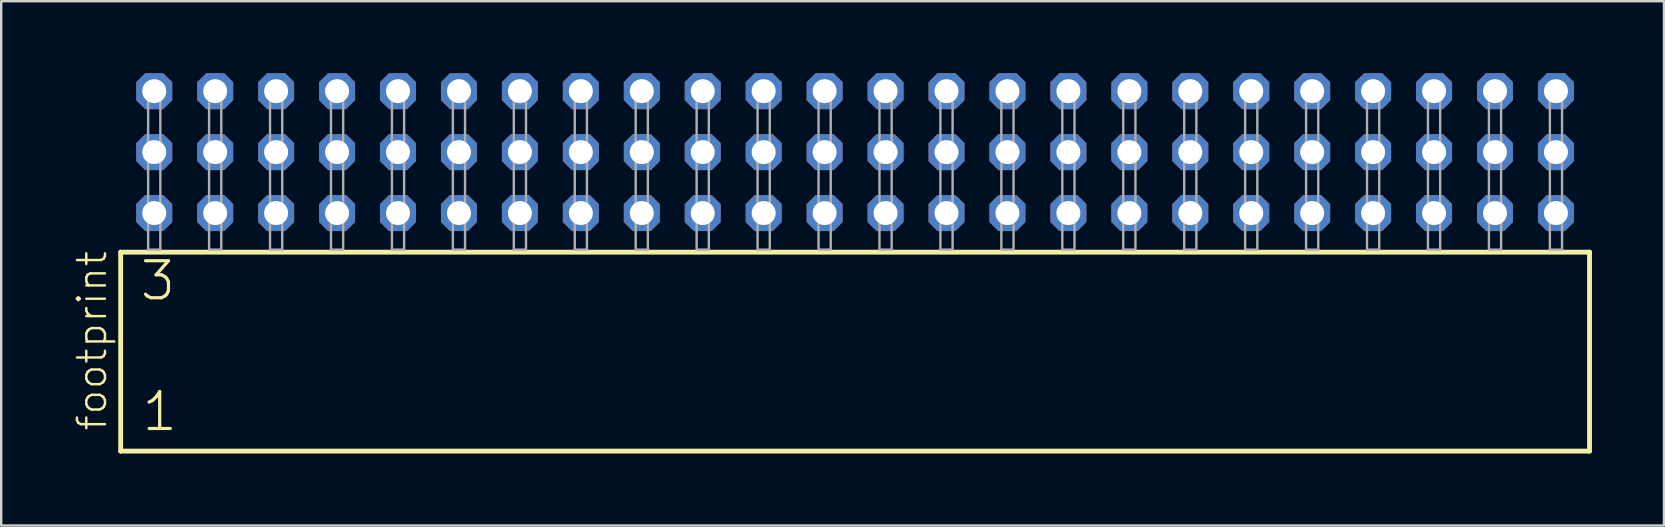
<source format=kicad_pcb>
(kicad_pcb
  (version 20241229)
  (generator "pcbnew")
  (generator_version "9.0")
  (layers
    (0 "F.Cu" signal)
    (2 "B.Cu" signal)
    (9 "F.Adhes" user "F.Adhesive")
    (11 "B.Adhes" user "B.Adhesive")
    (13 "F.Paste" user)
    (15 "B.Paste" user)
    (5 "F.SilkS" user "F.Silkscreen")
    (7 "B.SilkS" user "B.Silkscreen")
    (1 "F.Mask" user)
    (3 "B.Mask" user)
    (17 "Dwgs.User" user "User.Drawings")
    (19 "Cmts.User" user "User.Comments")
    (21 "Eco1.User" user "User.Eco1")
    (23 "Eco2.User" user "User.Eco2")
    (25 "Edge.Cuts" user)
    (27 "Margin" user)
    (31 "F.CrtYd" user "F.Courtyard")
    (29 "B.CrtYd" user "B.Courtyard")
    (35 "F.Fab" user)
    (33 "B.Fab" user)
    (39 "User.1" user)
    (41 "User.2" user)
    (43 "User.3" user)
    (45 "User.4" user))
  (footprint "footprint"
    (layer "F.Cu")
    (at 32.588 7.354)
    (property "Reference" "footprint" (at -31.115 7.62 90) (layer "F.SilkS") (effects (font (size 1.168 1.168) (thickness 0.102)) (justify left bottom)))
    (fp_line (start -30.609 0.106) (end -30.609 8.396) (stroke (width 0.203) (type solid)) (layer "F.SilkS"))
    (fp_line (start -30.609 8.396) (end 30.609 8.396) (stroke (width 0.203) (type solid)) (layer "F.SilkS"))
    (fp_line (start 30.609 0.106) (end -30.609 0.106) (stroke (width 0.203) (type solid)) (layer "F.SilkS"))
    (fp_line (start 30.609 8.396) (end 30.609 0.106) (stroke (width 0.203) (type solid)) (layer "F.SilkS"))
    (fp_poly (pts (xy -29.464 0) (xy -28.956 0) (xy -28.956 -6.858) (xy -29.464 -6.858)) (stroke (width 0.1) (type solid)) (fill no) (layer "F.Fab"))
    (fp_poly (pts (xy -26.924 0) (xy -26.416 0) (xy -26.416 -6.858) (xy -26.924 -6.858)) (stroke (width 0.1) (type solid)) (fill no) (layer "F.Fab"))
    (fp_poly (pts (xy -24.384 0) (xy -23.876 0) (xy -23.876 -6.858) (xy -24.384 -6.858)) (stroke (width 0.1) (type solid)) (fill no) (layer "F.Fab"))
    (fp_poly (pts (xy -21.844 0) (xy -21.336 0) (xy -21.336 -6.858) (xy -21.844 -6.858)) (stroke (width 0.1) (type solid)) (fill no) (layer "F.Fab"))
    (fp_poly (pts (xy -19.304 0) (xy -18.796 0) (xy -18.796 -6.858) (xy -19.304 -6.858)) (stroke (width 0.1) (type solid)) (fill no) (layer "F.Fab"))
    (fp_poly (pts (xy -16.764 0) (xy -16.256 0) (xy -16.256 -6.858) (xy -16.764 -6.858)) (stroke (width 0.1) (type solid)) (fill no) (layer "F.Fab"))
    (fp_poly (pts (xy -14.224 0) (xy -13.716 0) (xy -13.716 -6.858) (xy -14.224 -6.858)) (stroke (width 0.1) (type solid)) (fill no) (layer "F.Fab"))
    (fp_poly (pts (xy -11.684 0) (xy -11.176 0) (xy -11.176 -6.858) (xy -11.684 -6.858)) (stroke (width 0.1) (type solid)) (fill no) (layer "F.Fab"))
    (fp_poly (pts (xy -9.144 0) (xy -8.636 0) (xy -8.636 -6.858) (xy -9.144 -6.858)) (stroke (width 0.1) (type solid)) (fill no) (layer "F.Fab"))
    (fp_poly (pts (xy -6.604 0) (xy -6.096 0) (xy -6.096 -6.858) (xy -6.604 -6.858)) (stroke (width 0.1) (type solid)) (fill no) (layer "F.Fab"))
    (fp_poly (pts (xy -4.064 0) (xy -3.556 0) (xy -3.556 -6.858) (xy -4.064 -6.858)) (stroke (width 0.1) (type solid)) (fill no) (layer "F.Fab"))
    (fp_poly (pts (xy -1.524 0) (xy -1.016 0) (xy -1.016 -6.858) (xy -1.524 -6.858)) (stroke (width 0.1) (type solid)) (fill no) (layer "F.Fab"))
    (fp_poly (pts (xy 1.016 0) (xy 1.524 0) (xy 1.524 -6.858) (xy 1.016 -6.858)) (stroke (width 0.1) (type solid)) (fill no) (layer "F.Fab"))
    (fp_poly (pts (xy 3.556 0) (xy 4.064 0) (xy 4.064 -6.858) (xy 3.556 -6.858)) (stroke (width 0.1) (type solid)) (fill no) (layer "F.Fab"))
    (fp_poly (pts (xy 6.096 0) (xy 6.604 0) (xy 6.604 -6.858) (xy 6.096 -6.858)) (stroke (width 0.1) (type solid)) (fill no) (layer "F.Fab"))
    (fp_poly (pts (xy 8.636 0) (xy 9.144 0) (xy 9.144 -6.858) (xy 8.636 -6.858)) (stroke (width 0.1) (type solid)) (fill no) (layer "F.Fab"))
    (fp_poly (pts (xy 11.176 0) (xy 11.684 0) (xy 11.684 -6.858) (xy 11.176 -6.858)) (stroke (width 0.1) (type solid)) (fill no) (layer "F.Fab"))
    (fp_poly (pts (xy 13.716 0) (xy 14.224 0) (xy 14.224 -6.858) (xy 13.716 -6.858)) (stroke (width 0.1) (type solid)) (fill no) (layer "F.Fab"))
    (fp_poly (pts (xy 16.256 0) (xy 16.764 0) (xy 16.764 -6.858) (xy 16.256 -6.858)) (stroke (width 0.1) (type solid)) (fill no) (layer "F.Fab"))
    (fp_poly (pts (xy 18.796 0) (xy 19.304 0) (xy 19.304 -6.858) (xy 18.796 -6.858)) (stroke (width 0.1) (type solid)) (fill no) (layer "F.Fab"))
    (fp_poly (pts (xy 21.336 0) (xy 21.844 0) (xy 21.844 -6.858) (xy 21.336 -6.858)) (stroke (width 0.1) (type solid)) (fill no) (layer "F.Fab"))
    (fp_poly (pts (xy 23.876 0) (xy 24.384 0) (xy 24.384 -6.858) (xy 23.876 -6.858)) (stroke (width 0.1) (type solid)) (fill no) (layer "F.Fab"))
    (fp_poly (pts (xy 26.416 0) (xy 26.924 0) (xy 26.924 -6.858) (xy 26.416 -6.858)) (stroke (width 0.1) (type solid)) (fill no) (layer "F.Fab"))
    (fp_poly (pts (xy 28.956 0) (xy 29.464 0) (xy 29.464 -6.858) (xy 28.956 -6.858)) (stroke (width 0.1) (type solid)) (fill no) (layer "F.Fab"))
    (fp_text user "3" (at -29.88 2.2 0) (layer "F.SilkS") (effects (font (size 1.542 1.542) (thickness 0.134)) (justify left bottom)))
    (fp_text user "1" (at -29.805 7.65 0) (layer "F.SilkS") (effects (font (size 1.542 1.542) (thickness 0.134)) (justify left bottom)))
    (pad "1" thru_hole roundrect (at -29.21 -1.524) (size 1.5 1.5) (drill 1) (layers "*.Cu" "*.Mask") (roundrect_rratio 0.25) (chamfer_ratio 0.25) (chamfer top_left top_right bottom_left bottom_right))
    (pad "2" thru_hole roundrect (at -29.21 -4.064) (size 1.5 1.5) (drill 1) (layers "*.Cu" "*.Mask") (roundrect_rratio 0.25) (chamfer_ratio 0.25) (chamfer top_left top_right bottom_left bottom_right))
    (pad "3" thru_hole roundrect (at -29.21 -6.604) (size 1.5 1.5) (drill 1) (layers "*.Cu" "*.Mask") (roundrect_rratio 0.25) (chamfer_ratio 0.25) (chamfer top_left top_right bottom_left bottom_right))
    (pad "4" thru_hole roundrect (at -26.67 -1.524) (size 1.5 1.5) (drill 1) (layers "*.Cu" "*.Mask") (roundrect_rratio 0.25) (chamfer_ratio 0.25) (chamfer top_left top_right bottom_left bottom_right))
    (pad "5" thru_hole roundrect (at -26.67 -4.064) (size 1.5 1.5) (drill 1) (layers "*.Cu" "*.Mask") (roundrect_rratio 0.25) (chamfer_ratio 0.25) (chamfer top_left top_right bottom_left bottom_right))
    (pad "6" thru_hole roundrect (at -26.67 -6.604) (size 1.5 1.5) (drill 1) (layers "*.Cu" "*.Mask") (roundrect_rratio 0.25) (chamfer_ratio 0.25) (chamfer top_left top_right bottom_left bottom_right))
    (pad "7" thru_hole roundrect (at -24.13 -1.524) (size 1.5 1.5) (drill 1) (layers "*.Cu" "*.Mask") (roundrect_rratio 0.25) (chamfer_ratio 0.25) (chamfer top_left top_right bottom_left bottom_right))
    (pad "8" thru_hole roundrect (at -24.13 -4.064) (size 1.5 1.5) (drill 1) (layers "*.Cu" "*.Mask") (roundrect_rratio 0.25) (chamfer_ratio 0.25) (chamfer top_left top_right bottom_left bottom_right))
    (pad "9" thru_hole roundrect (at -24.13 -6.604) (size 1.5 1.5) (drill 1) (layers "*.Cu" "*.Mask") (roundrect_rratio 0.25) (chamfer_ratio 0.25) (chamfer top_left top_right bottom_left bottom_right))
    (pad "10" thru_hole roundrect (at -21.59 -1.524) (size 1.5 1.5) (drill 1) (layers "*.Cu" "*.Mask") (roundrect_rratio 0.25) (chamfer_ratio 0.25) (chamfer top_left top_right bottom_left bottom_right))
    (pad "11" thru_hole roundrect (at -21.59 -4.064) (size 1.5 1.5) (drill 1) (layers "*.Cu" "*.Mask") (roundrect_rratio 0.25) (chamfer_ratio 0.25) (chamfer top_left top_right bottom_left bottom_right))
    (pad "12" thru_hole roundrect (at -21.59 -6.604) (size 1.5 1.5) (drill 1) (layers "*.Cu" "*.Mask") (roundrect_rratio 0.25) (chamfer_ratio 0.25) (chamfer top_left top_right bottom_left bottom_right))
    (pad "13" thru_hole roundrect (at -19.05 -1.524) (size 1.5 1.5) (drill 1) (layers "*.Cu" "*.Mask") (roundrect_rratio 0.25) (chamfer_ratio 0.25) (chamfer top_left top_right bottom_left bottom_right))
    (pad "14" thru_hole roundrect (at -19.05 -4.064) (size 1.5 1.5) (drill 1) (layers "*.Cu" "*.Mask") (roundrect_rratio 0.25) (chamfer_ratio 0.25) (chamfer top_left top_right bottom_left bottom_right))
    (pad "15" thru_hole roundrect (at -19.05 -6.604) (size 1.5 1.5) (drill 1) (layers "*.Cu" "*.Mask") (roundrect_rratio 0.25) (chamfer_ratio 0.25) (chamfer top_left top_right bottom_left bottom_right))
    (pad "16" thru_hole roundrect (at -16.51 -1.524) (size 1.5 1.5) (drill 1) (layers "*.Cu" "*.Mask") (roundrect_rratio 0.25) (chamfer_ratio 0.25) (chamfer top_left top_right bottom_left bottom_right))
    (pad "17" thru_hole roundrect (at -16.51 -4.064) (size 1.5 1.5) (drill 1) (layers "*.Cu" "*.Mask") (roundrect_rratio 0.25) (chamfer_ratio 0.25) (chamfer top_left top_right bottom_left bottom_right))
    (pad "18" thru_hole roundrect (at -16.51 -6.604) (size 1.5 1.5) (drill 1) (layers "*.Cu" "*.Mask") (roundrect_rratio 0.25) (chamfer_ratio 0.25) (chamfer top_left top_right bottom_left bottom_right))
    (pad "19" thru_hole roundrect (at -13.97 -1.524) (size 1.5 1.5) (drill 1) (layers "*.Cu" "*.Mask") (roundrect_rratio 0.25) (chamfer_ratio 0.25) (chamfer top_left top_right bottom_left bottom_right))
    (pad "20" thru_hole roundrect (at -13.97 -4.064) (size 1.5 1.5) (drill 1) (layers "*.Cu" "*.Mask") (roundrect_rratio 0.25) (chamfer_ratio 0.25) (chamfer top_left top_right bottom_left bottom_right))
    (pad "21" thru_hole roundrect (at -13.97 -6.604) (size 1.5 1.5) (drill 1) (layers "*.Cu" "*.Mask") (roundrect_rratio 0.25) (chamfer_ratio 0.25) (chamfer top_left top_right bottom_left bottom_right))
    (pad "22" thru_hole roundrect (at -11.43 -1.524) (size 1.5 1.5) (drill 1) (layers "*.Cu" "*.Mask") (roundrect_rratio 0.25) (chamfer_ratio 0.25) (chamfer top_left top_right bottom_left bottom_right))
    (pad "23" thru_hole roundrect (at -11.43 -4.064) (size 1.5 1.5) (drill 1) (layers "*.Cu" "*.Mask") (roundrect_rratio 0.25) (chamfer_ratio 0.25) (chamfer top_left top_right bottom_left bottom_right))
    (pad "24" thru_hole roundrect (at -11.43 -6.604) (size 1.5 1.5) (drill 1) (layers "*.Cu" "*.Mask") (roundrect_rratio 0.25) (chamfer_ratio 0.25) (chamfer top_left top_right bottom_left bottom_right))
    (pad "25" thru_hole roundrect (at -8.89 -1.524) (size 1.5 1.5) (drill 1) (layers "*.Cu" "*.Mask") (roundrect_rratio 0.25) (chamfer_ratio 0.25) (chamfer top_left top_right bottom_left bottom_right))
    (pad "26" thru_hole roundrect (at -8.89 -4.064) (size 1.5 1.5) (drill 1) (layers "*.Cu" "*.Mask") (roundrect_rratio 0.25) (chamfer_ratio 0.25) (chamfer top_left top_right bottom_left bottom_right))
    (pad "27" thru_hole roundrect (at -8.89 -6.604) (size 1.5 1.5) (drill 1) (layers "*.Cu" "*.Mask") (roundrect_rratio 0.25) (chamfer_ratio 0.25) (chamfer top_left top_right bottom_left bottom_right))
    (pad "28" thru_hole roundrect (at -6.35 -1.524) (size 1.5 1.5) (drill 1) (layers "*.Cu" "*.Mask") (roundrect_rratio 0.25) (chamfer_ratio 0.25) (chamfer top_left top_right bottom_left bottom_right))
    (pad "29" thru_hole roundrect (at -6.35 -4.064) (size 1.5 1.5) (drill 1) (layers "*.Cu" "*.Mask") (roundrect_rratio 0.25) (chamfer_ratio 0.25) (chamfer top_left top_right bottom_left bottom_right))
    (pad "30" thru_hole roundrect (at -6.35 -6.604) (size 1.5 1.5) (drill 1) (layers "*.Cu" "*.Mask") (roundrect_rratio 0.25) (chamfer_ratio 0.25) (chamfer top_left top_right bottom_left bottom_right))
    (pad "31" thru_hole roundrect (at -3.81 -1.524) (size 1.5 1.5) (drill 1) (layers "*.Cu" "*.Mask") (roundrect_rratio 0.25) (chamfer_ratio 0.25) (chamfer top_left top_right bottom_left bottom_right))
    (pad "32" thru_hole roundrect (at -3.81 -4.064) (size 1.5 1.5) (drill 1) (layers "*.Cu" "*.Mask") (roundrect_rratio 0.25) (chamfer_ratio 0.25) (chamfer top_left top_right bottom_left bottom_right))
    (pad "33" thru_hole roundrect (at -3.81 -6.604) (size 1.5 1.5) (drill 1) (layers "*.Cu" "*.Mask") (roundrect_rratio 0.25) (chamfer_ratio 0.25) (chamfer top_left top_right bottom_left bottom_right))
    (pad "34" thru_hole roundrect (at -1.27 -1.524) (size 1.5 1.5) (drill 1) (layers "*.Cu" "*.Mask") (roundrect_rratio 0.25) (chamfer_ratio 0.25) (chamfer top_left top_right bottom_left bottom_right))
    (pad "35" thru_hole roundrect (at -1.27 -4.064) (size 1.5 1.5) (drill 1) (layers "*.Cu" "*.Mask") (roundrect_rratio 0.25) (chamfer_ratio 0.25) (chamfer top_left top_right bottom_left bottom_right))
    (pad "36" thru_hole roundrect (at -1.27 -6.604) (size 1.5 1.5) (drill 1) (layers "*.Cu" "*.Mask") (roundrect_rratio 0.25) (chamfer_ratio 0.25) (chamfer top_left top_right bottom_left bottom_right))
    (pad "37" thru_hole roundrect (at 1.27 -1.524) (size 1.5 1.5) (drill 1) (layers "*.Cu" "*.Mask") (roundrect_rratio 0.25) (chamfer_ratio 0.25) (chamfer top_left top_right bottom_left bottom_right))
    (pad "38" thru_hole roundrect (at 1.27 -4.064) (size 1.5 1.5) (drill 1) (layers "*.Cu" "*.Mask") (roundrect_rratio 0.25) (chamfer_ratio 0.25) (chamfer top_left top_right bottom_left bottom_right))
    (pad "39" thru_hole roundrect (at 1.27 -6.604) (size 1.5 1.5) (drill 1) (layers "*.Cu" "*.Mask") (roundrect_rratio 0.25) (chamfer_ratio 0.25) (chamfer top_left top_right bottom_left bottom_right))
    (pad "40" thru_hole roundrect (at 3.81 -1.524) (size 1.5 1.5) (drill 1) (layers "*.Cu" "*.Mask") (roundrect_rratio 0.25) (chamfer_ratio 0.25) (chamfer top_left top_right bottom_left bottom_right))
    (pad "41" thru_hole roundrect (at 3.81 -4.064) (size 1.5 1.5) (drill 1) (layers "*.Cu" "*.Mask") (roundrect_rratio 0.25) (chamfer_ratio 0.25) (chamfer top_left top_right bottom_left bottom_right))
    (pad "42" thru_hole roundrect (at 3.81 -6.604) (size 1.5 1.5) (drill 1) (layers "*.Cu" "*.Mask") (roundrect_rratio 0.25) (chamfer_ratio 0.25) (chamfer top_left top_right bottom_left bottom_right))
    (pad "43" thru_hole roundrect (at 6.35 -1.524) (size 1.5 1.5) (drill 1) (layers "*.Cu" "*.Mask") (roundrect_rratio 0.25) (chamfer_ratio 0.25) (chamfer top_left top_right bottom_left bottom_right))
    (pad "44" thru_hole roundrect (at 6.35 -4.064) (size 1.5 1.5) (drill 1) (layers "*.Cu" "*.Mask") (roundrect_rratio 0.25) (chamfer_ratio 0.25) (chamfer top_left top_right bottom_left bottom_right))
    (pad "45" thru_hole roundrect (at 6.35 -6.604) (size 1.5 1.5) (drill 1) (layers "*.Cu" "*.Mask") (roundrect_rratio 0.25) (chamfer_ratio 0.25) (chamfer top_left top_right bottom_left bottom_right))
    (pad "46" thru_hole roundrect (at 8.89 -1.524) (size 1.5 1.5) (drill 1) (layers "*.Cu" "*.Mask") (roundrect_rratio 0.25) (chamfer_ratio 0.25) (chamfer top_left top_right bottom_left bottom_right))
    (pad "47" thru_hole roundrect (at 8.89 -4.064) (size 1.5 1.5) (drill 1) (layers "*.Cu" "*.Mask") (roundrect_rratio 0.25) (chamfer_ratio 0.25) (chamfer top_left top_right bottom_left bottom_right))
    (pad "48" thru_hole roundrect (at 8.89 -6.604) (size 1.5 1.5) (drill 1) (layers "*.Cu" "*.Mask") (roundrect_rratio 0.25) (chamfer_ratio 0.25) (chamfer top_left top_right bottom_left bottom_right))
    (pad "49" thru_hole roundrect (at 11.43 -1.524) (size 1.5 1.5) (drill 1) (layers "*.Cu" "*.Mask") (roundrect_rratio 0.25) (chamfer_ratio 0.25) (chamfer top_left top_right bottom_left bottom_right))
    (pad "50" thru_hole roundrect (at 11.43 -4.064) (size 1.5 1.5) (drill 1) (layers "*.Cu" "*.Mask") (roundrect_rratio 0.25) (chamfer_ratio 0.25) (chamfer top_left top_right bottom_left bottom_right))
    (pad "51" thru_hole roundrect (at 11.43 -6.604) (size 1.5 1.5) (drill 1) (layers "*.Cu" "*.Mask") (roundrect_rratio 0.25) (chamfer_ratio 0.25) (chamfer top_left top_right bottom_left bottom_right))
    (pad "52" thru_hole roundrect (at 13.97 -1.524) (size 1.5 1.5) (drill 1) (layers "*.Cu" "*.Mask") (roundrect_rratio 0.25) (chamfer_ratio 0.25) (chamfer top_left top_right bottom_left bottom_right))
    (pad "53" thru_hole roundrect (at 13.97 -4.064) (size 1.5 1.5) (drill 1) (layers "*.Cu" "*.Mask") (roundrect_rratio 0.25) (chamfer_ratio 0.25) (chamfer top_left top_right bottom_left bottom_right))
    (pad "54" thru_hole roundrect (at 13.97 -6.604) (size 1.5 1.5) (drill 1) (layers "*.Cu" "*.Mask") (roundrect_rratio 0.25) (chamfer_ratio 0.25) (chamfer top_left top_right bottom_left bottom_right))
    (pad "55" thru_hole roundrect (at 16.51 -1.524) (size 1.5 1.5) (drill 1) (layers "*.Cu" "*.Mask") (roundrect_rratio 0.25) (chamfer_ratio 0.25) (chamfer top_left top_right bottom_left bottom_right))
    (pad "56" thru_hole roundrect (at 16.51 -4.064) (size 1.5 1.5) (drill 1) (layers "*.Cu" "*.Mask") (roundrect_rratio 0.25) (chamfer_ratio 0.25) (chamfer top_left top_right bottom_left bottom_right))
    (pad "57" thru_hole roundrect (at 16.51 -6.604) (size 1.5 1.5) (drill 1) (layers "*.Cu" "*.Mask") (roundrect_rratio 0.25) (chamfer_ratio 0.25) (chamfer top_left top_right bottom_left bottom_right))
    (pad "58" thru_hole roundrect (at 19.05 -1.524) (size 1.5 1.5) (drill 1) (layers "*.Cu" "*.Mask") (roundrect_rratio 0.25) (chamfer_ratio 0.25) (chamfer top_left top_right bottom_left bottom_right))
    (pad "59" thru_hole roundrect (at 19.05 -4.064) (size 1.5 1.5) (drill 1) (layers "*.Cu" "*.Mask") (roundrect_rratio 0.25) (chamfer_ratio 0.25) (chamfer top_left top_right bottom_left bottom_right))
    (pad "60" thru_hole roundrect (at 19.05 -6.604) (size 1.5 1.5) (drill 1) (layers "*.Cu" "*.Mask") (roundrect_rratio 0.25) (chamfer_ratio 0.25) (chamfer top_left top_right bottom_left bottom_right))
    (pad "61" thru_hole roundrect (at 21.59 -1.524) (size 1.5 1.5) (drill 1) (layers "*.Cu" "*.Mask") (roundrect_rratio 0.25) (chamfer_ratio 0.25) (chamfer top_left top_right bottom_left bottom_right))
    (pad "62" thru_hole roundrect (at 21.59 -4.064) (size 1.5 1.5) (drill 1) (layers "*.Cu" "*.Mask") (roundrect_rratio 0.25) (chamfer_ratio 0.25) (chamfer top_left top_right bottom_left bottom_right))
    (pad "63" thru_hole roundrect (at 21.59 -6.604) (size 1.5 1.5) (drill 1) (layers "*.Cu" "*.Mask") (roundrect_rratio 0.25) (chamfer_ratio 0.25) (chamfer top_left top_right bottom_left bottom_right))
    (pad "64" thru_hole roundrect (at 24.13 -1.524) (size 1.5 1.5) (drill 1) (layers "*.Cu" "*.Mask") (roundrect_rratio 0.25) (chamfer_ratio 0.25) (chamfer top_left top_right bottom_left bottom_right))
    (pad "65" thru_hole roundrect (at 24.13 -4.064) (size 1.5 1.5) (drill 1) (layers "*.Cu" "*.Mask") (roundrect_rratio 0.25) (chamfer_ratio 0.25) (chamfer top_left top_right bottom_left bottom_right))
    (pad "66" thru_hole roundrect (at 24.13 -6.604) (size 1.5 1.5) (drill 1) (layers "*.Cu" "*.Mask") (roundrect_rratio 0.25) (chamfer_ratio 0.25) (chamfer top_left top_right bottom_left bottom_right))
    (pad "67" thru_hole roundrect (at 26.67 -1.524) (size 1.5 1.5) (drill 1) (layers "*.Cu" "*.Mask") (roundrect_rratio 0.25) (chamfer_ratio 0.25) (chamfer top_left top_right bottom_left bottom_right))
    (pad "68" thru_hole roundrect (at 26.67 -4.064) (size 1.5 1.5) (drill 1) (layers "*.Cu" "*.Mask") (roundrect_rratio 0.25) (chamfer_ratio 0.25) (chamfer top_left top_right bottom_left bottom_right))
    (pad "69" thru_hole roundrect (at 26.67 -6.604) (size 1.5 1.5) (drill 1) (layers "*.Cu" "*.Mask") (roundrect_rratio 0.25) (chamfer_ratio 0.25) (chamfer top_left top_right bottom_left bottom_right))
    (pad "70" thru_hole roundrect (at 29.21 -1.524) (size 1.5 1.5) (drill 1) (layers "*.Cu" "*.Mask") (roundrect_rratio 0.25) (chamfer_ratio 0.25) (chamfer top_left top_right bottom_left bottom_right))
    (pad "71" thru_hole roundrect (at 29.21 -4.064) (size 1.5 1.5) (drill 1) (layers "*.Cu" "*.Mask") (roundrect_rratio 0.25) (chamfer_ratio 0.25) (chamfer top_left top_right bottom_left bottom_right))
    (pad "72" thru_hole roundrect (at 29.21 -6.604) (size 1.5 1.5) (drill 1) (layers "*.Cu" "*.Mask") (roundrect_rratio 0.25) (chamfer_ratio 0.25) (chamfer top_left top_right bottom_left bottom_right)))
  (gr_rect
    (start -3 -3)
    (end 66.299 18.852)
    (stroke (width 0.1) (type default))
    (fill no)
    (layer "Edge.Cuts")))
</source>
